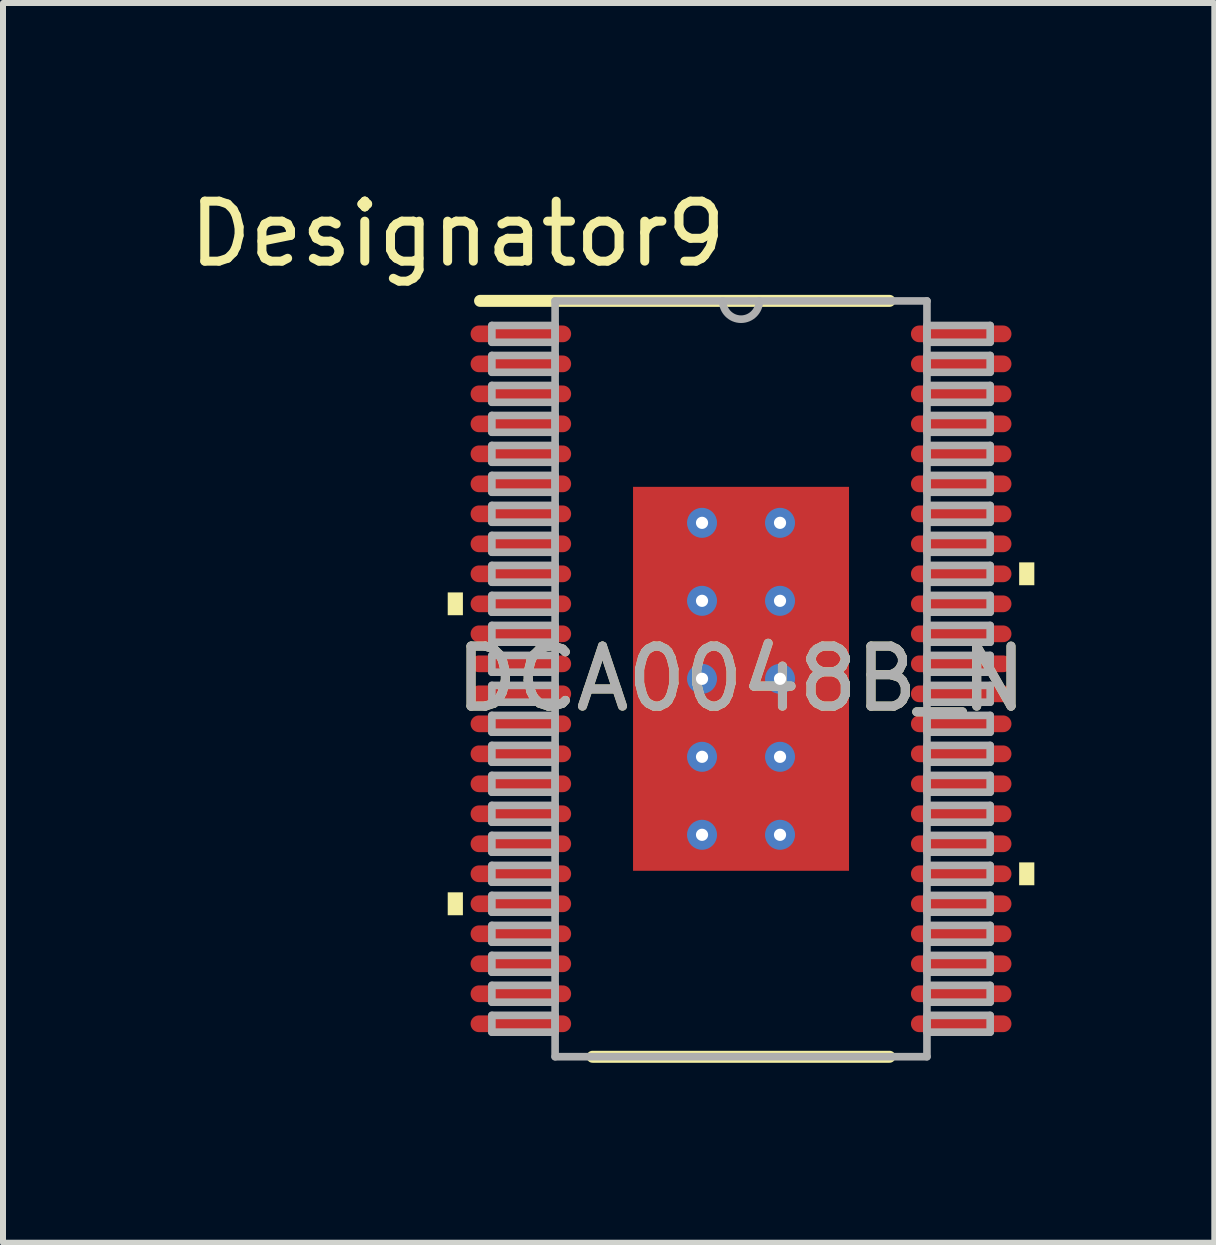
<source format=kicad_pcb>
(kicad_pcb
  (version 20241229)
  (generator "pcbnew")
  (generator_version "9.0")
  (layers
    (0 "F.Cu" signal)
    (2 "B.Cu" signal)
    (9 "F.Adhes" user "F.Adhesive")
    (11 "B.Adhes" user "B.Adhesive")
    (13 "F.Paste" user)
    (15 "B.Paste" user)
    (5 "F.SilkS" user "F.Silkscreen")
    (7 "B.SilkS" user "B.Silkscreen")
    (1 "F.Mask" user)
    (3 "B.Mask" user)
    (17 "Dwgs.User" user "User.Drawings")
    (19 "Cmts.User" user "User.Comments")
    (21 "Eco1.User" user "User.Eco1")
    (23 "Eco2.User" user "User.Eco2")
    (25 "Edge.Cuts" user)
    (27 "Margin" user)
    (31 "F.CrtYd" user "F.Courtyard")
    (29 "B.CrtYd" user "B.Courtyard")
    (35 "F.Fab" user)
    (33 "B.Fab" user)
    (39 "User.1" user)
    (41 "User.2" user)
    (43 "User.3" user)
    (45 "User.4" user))
  (footprint "DCA0048B_N"
    (layer "F.Cu")
    (at 9.302 8.265)
    (property "Reference" "DCA0048B_N" (at 0 0 0) (unlocked yes) (layer "F.SilkS") (effects (font (size 1 1) (thickness 0.15))))
    (attr smd)
    (fp_line (start -4.35 -6.3) (end 2.475 -6.3) (stroke (width 0.2) (type solid)) (layer "F.SilkS"))
    (fp_line (start -2.475 6.3) (end 2.475 6.3) (stroke (width 0.2) (type solid)) (layer "F.SilkS"))
    (fp_poly (pts (xy -4.636 -1.44) (xy -4.889 -1.44) (xy -4.889 -1.06) (xy -4.636 -1.06)) (stroke (width 0) (type solid)) (fill yes) (layer "F.SilkS"))
    (fp_poly (pts (xy -4.636 3.559) (xy -4.889 3.559) (xy -4.889 3.941) (xy -4.636 3.941)) (stroke (width 0) (type solid)) (fill yes) (layer "F.SilkS"))
    (fp_poly (pts (xy 4.636 -1.941) (xy 4.889 -1.941) (xy 4.889 -1.56) (xy 4.636 -1.56)) (stroke (width 0) (type solid)) (fill yes) (layer "F.SilkS"))
    (fp_poly (pts (xy 4.636 3.06) (xy 4.889 3.06) (xy 4.889 3.441) (xy 4.636 3.441)) (stroke (width 0) (type solid)) (fill yes) (layer "F.SilkS"))
    (fp_line (start -4.153 -5.89) (end -3.099 -5.89) (stroke (width 0.127) (type solid)) (layer "F.Fab"))
    (fp_line (start -4.153 -5.61) (end -4.153 -5.89) (stroke (width 0.127) (type solid)) (layer "F.Fab"))
    (fp_line (start -4.153 -5.61) (end -3.099 -5.61) (stroke (width 0.127) (type solid)) (layer "F.Fab"))
    (fp_line (start -4.153 -5.39) (end -3.099 -5.39) (stroke (width 0.127) (type solid)) (layer "F.Fab"))
    (fp_line (start -4.153 -5.11) (end -4.153 -5.39) (stroke (width 0.127) (type solid)) (layer "F.Fab"))
    (fp_line (start -4.153 -5.11) (end -3.099 -5.11) (stroke (width 0.127) (type solid)) (layer "F.Fab"))
    (fp_line (start -4.153 -4.89) (end -3.099 -4.89) (stroke (width 0.127) (type solid)) (layer "F.Fab"))
    (fp_line (start -4.153 -4.61) (end -4.153 -4.89) (stroke (width 0.127) (type solid)) (layer "F.Fab"))
    (fp_line (start -4.153 -4.61) (end -3.099 -4.61) (stroke (width 0.127) (type solid)) (layer "F.Fab"))
    (fp_line (start -4.153 -4.39) (end -3.099 -4.39) (stroke (width 0.127) (type solid)) (layer "F.Fab"))
    (fp_line (start -4.153 -4.11) (end -4.153 -4.39) (stroke (width 0.127) (type solid)) (layer "F.Fab"))
    (fp_line (start -4.153 -4.11) (end -3.099 -4.11) (stroke (width 0.127) (type solid)) (layer "F.Fab"))
    (fp_line (start -4.153 -3.89) (end -3.099 -3.89) (stroke (width 0.127) (type solid)) (layer "F.Fab"))
    (fp_line (start -4.153 -3.61) (end -4.153 -3.89) (stroke (width 0.127) (type solid)) (layer "F.Fab"))
    (fp_line (start -4.153 -3.61) (end -3.099 -3.61) (stroke (width 0.127) (type solid)) (layer "F.Fab"))
    (fp_line (start -4.153 -3.39) (end -3.099 -3.39) (stroke (width 0.127) (type solid)) (layer "F.Fab"))
    (fp_line (start -4.153 -3.11) (end -4.153 -3.39) (stroke (width 0.127) (type solid)) (layer "F.Fab"))
    (fp_line (start -4.153 -3.11) (end -3.099 -3.11) (stroke (width 0.127) (type solid)) (layer "F.Fab"))
    (fp_line (start -4.153 -2.89) (end -3.099 -2.89) (stroke (width 0.127) (type solid)) (layer "F.Fab"))
    (fp_line (start -4.153 -2.61) (end -4.153 -2.89) (stroke (width 0.127) (type solid)) (layer "F.Fab"))
    (fp_line (start -4.153 -2.61) (end -3.099 -2.61) (stroke (width 0.127) (type solid)) (layer "F.Fab"))
    (fp_line (start -4.153 -2.39) (end -3.099 -2.39) (stroke (width 0.127) (type solid)) (layer "F.Fab"))
    (fp_line (start -4.153 -2.11) (end -4.153 -2.39) (stroke (width 0.127) (type solid)) (layer "F.Fab"))
    (fp_line (start -4.153 -2.11) (end -3.099 -2.11) (stroke (width 0.127) (type solid)) (layer "F.Fab"))
    (fp_line (start -4.153 -1.89) (end -3.099 -1.89) (stroke (width 0.127) (type solid)) (layer "F.Fab"))
    (fp_line (start -4.153 -1.61) (end -4.153 -1.89) (stroke (width 0.127) (type solid)) (layer "F.Fab"))
    (fp_line (start -4.153 -1.61) (end -3.099 -1.61) (stroke (width 0.127) (type solid)) (layer "F.Fab"))
    (fp_line (start -4.153 -1.39) (end -3.099 -1.39) (stroke (width 0.127) (type solid)) (layer "F.Fab"))
    (fp_line (start -4.153 -1.11) (end -4.153 -1.39) (stroke (width 0.127) (type solid)) (layer "F.Fab"))
    (fp_line (start -4.153 -1.11) (end -3.099 -1.11) (stroke (width 0.127) (type solid)) (layer "F.Fab"))
    (fp_line (start -4.153 -0.89) (end -3.099 -0.89) (stroke (width 0.127) (type solid)) (layer "F.Fab"))
    (fp_line (start -4.153 -0.61) (end -4.153 -0.89) (stroke (width 0.127) (type solid)) (layer "F.Fab"))
    (fp_line (start -4.153 -0.61) (end -3.099 -0.61) (stroke (width 0.127) (type solid)) (layer "F.Fab"))
    (fp_line (start -4.153 -0.39) (end -3.099 -0.39) (stroke (width 0.127) (type solid)) (layer "F.Fab"))
    (fp_line (start -4.153 -0.11) (end -4.153 -0.39) (stroke (width 0.127) (type solid)) (layer "F.Fab"))
    (fp_line (start -4.153 -0.11) (end -3.099 -0.11) (stroke (width 0.127) (type solid)) (layer "F.Fab"))
    (fp_line (start -4.153 0.11) (end -3.099 0.11) (stroke (width 0.127) (type solid)) (layer "F.Fab"))
    (fp_line (start -4.153 0.39) (end -4.153 0.11) (stroke (width 0.127) (type solid)) (layer "F.Fab"))
    (fp_line (start -4.153 0.39) (end -3.099 0.39) (stroke (width 0.127) (type solid)) (layer "F.Fab"))
    (fp_line (start -4.153 0.61) (end -3.099 0.61) (stroke (width 0.127) (type solid)) (layer "F.Fab"))
    (fp_line (start -4.153 0.89) (end -4.153 0.61) (stroke (width 0.127) (type solid)) (layer "F.Fab"))
    (fp_line (start -4.153 0.89) (end -3.099 0.89) (stroke (width 0.127) (type solid)) (layer "F.Fab"))
    (fp_line (start -4.153 1.11) (end -3.099 1.11) (stroke (width 0.127) (type solid)) (layer "F.Fab"))
    (fp_line (start -4.153 1.39) (end -4.153 1.11) (stroke (width 0.127) (type solid)) (layer "F.Fab"))
    (fp_line (start -4.153 1.39) (end -3.099 1.39) (stroke (width 0.127) (type solid)) (layer "F.Fab"))
    (fp_line (start -4.153 1.61) (end -3.099 1.61) (stroke (width 0.127) (type solid)) (layer "F.Fab"))
    (fp_line (start -4.153 1.89) (end -4.153 1.61) (stroke (width 0.127) (type solid)) (layer "F.Fab"))
    (fp_line (start -4.153 1.89) (end -3.099 1.89) (stroke (width 0.127) (type solid)) (layer "F.Fab"))
    (fp_line (start -4.153 2.11) (end -3.099 2.11) (stroke (width 0.127) (type solid)) (layer "F.Fab"))
    (fp_line (start -4.153 2.39) (end -4.153 2.11) (stroke (width 0.127) (type solid)) (layer "F.Fab"))
    (fp_line (start -4.153 2.39) (end -3.099 2.39) (stroke (width 0.127) (type solid)) (layer "F.Fab"))
    (fp_line (start -4.153 2.61) (end -3.099 2.61) (stroke (width 0.127) (type solid)) (layer "F.Fab"))
    (fp_line (start -4.153 2.89) (end -4.153 2.61) (stroke (width 0.127) (type solid)) (layer "F.Fab"))
    (fp_line (start -4.153 2.89) (end -3.099 2.89) (stroke (width 0.127) (type solid)) (layer "F.Fab"))
    (fp_line (start -4.153 3.11) (end -3.099 3.11) (stroke (width 0.127) (type solid)) (layer "F.Fab"))
    (fp_line (start -4.153 3.39) (end -4.153 3.11) (stroke (width 0.127) (type solid)) (layer "F.Fab"))
    (fp_line (start -4.153 3.39) (end -3.099 3.39) (stroke (width 0.127) (type solid)) (layer "F.Fab"))
    (fp_line (start -4.153 3.61) (end -3.099 3.61) (stroke (width 0.127) (type solid)) (layer "F.Fab"))
    (fp_line (start -4.153 3.89) (end -4.153 3.61) (stroke (width 0.127) (type solid)) (layer "F.Fab"))
    (fp_line (start -4.153 3.89) (end -3.099 3.89) (stroke (width 0.127) (type solid)) (layer "F.Fab"))
    (fp_line (start -4.153 4.11) (end -3.099 4.11) (stroke (width 0.127) (type solid)) (layer "F.Fab"))
    (fp_line (start -4.153 4.39) (end -4.153 4.11) (stroke (width 0.127) (type solid)) (layer "F.Fab"))
    (fp_line (start -4.153 4.39) (end -3.099 4.39) (stroke (width 0.127) (type solid)) (layer "F.Fab"))
    (fp_line (start -4.153 4.61) (end -3.099 4.61) (stroke (width 0.127) (type solid)) (layer "F.Fab"))
    (fp_line (start -4.153 4.89) (end -4.153 4.61) (stroke (width 0.127) (type solid)) (layer "F.Fab"))
    (fp_line (start -4.153 4.89) (end -3.099 4.89) (stroke (width 0.127) (type solid)) (layer "F.Fab"))
    (fp_line (start -4.153 5.11) (end -3.099 5.11) (stroke (width 0.127) (type solid)) (layer "F.Fab"))
    (fp_line (start -4.153 5.39) (end -4.153 5.11) (stroke (width 0.127) (type solid)) (layer "F.Fab"))
    (fp_line (start -4.153 5.39) (end -3.099 5.39) (stroke (width 0.127) (type solid)) (layer "F.Fab"))
    (fp_line (start -4.153 5.61) (end -3.099 5.61) (stroke (width 0.127) (type solid)) (layer "F.Fab"))
    (fp_line (start -4.153 5.89) (end -4.153 5.61) (stroke (width 0.127) (type solid)) (layer "F.Fab"))
    (fp_line (start -4.153 5.89) (end -3.099 5.89) (stroke (width 0.127) (type solid)) (layer "F.Fab"))
    (fp_line (start -3.099 -6.299) (end 3.099 -6.299) (stroke (width 0.127) (type solid)) (layer "F.Fab"))
    (fp_line (start -3.099 -5.61) (end -3.099 -5.89) (stroke (width 0.127) (type solid)) (layer "F.Fab"))
    (fp_line (start -3.099 -5.11) (end -3.099 -5.39) (stroke (width 0.127) (type solid)) (layer "F.Fab"))
    (fp_line (start -3.099 -4.61) (end -3.099 -4.89) (stroke (width 0.127) (type solid)) (layer "F.Fab"))
    (fp_line (start -3.099 -4.11) (end -3.099 -4.39) (stroke (width 0.127) (type solid)) (layer "F.Fab"))
    (fp_line (start -3.099 -3.61) (end -3.099 -3.89) (stroke (width 0.127) (type solid)) (layer "F.Fab"))
    (fp_line (start -3.099 -3.11) (end -3.099 -3.39) (stroke (width 0.127) (type solid)) (layer "F.Fab"))
    (fp_line (start -3.099 -2.61) (end -3.099 -2.89) (stroke (width 0.127) (type solid)) (layer "F.Fab"))
    (fp_line (start -3.099 -2.11) (end -3.099 -2.39) (stroke (width 0.127) (type solid)) (layer "F.Fab"))
    (fp_line (start -3.099 -1.61) (end -3.099 -1.89) (stroke (width 0.127) (type solid)) (layer "F.Fab"))
    (fp_line (start -3.099 -1.11) (end -3.099 -1.39) (stroke (width 0.127) (type solid)) (layer "F.Fab"))
    (fp_line (start -3.099 -0.61) (end -3.099 -0.89) (stroke (width 0.127) (type solid)) (layer "F.Fab"))
    (fp_line (start -3.099 -0.11) (end -3.099 -0.39) (stroke (width 0.127) (type solid)) (layer "F.Fab"))
    (fp_line (start -3.099 0.39) (end -3.099 0.11) (stroke (width 0.127) (type solid)) (layer "F.Fab"))
    (fp_line (start -3.099 0.89) (end -3.099 0.61) (stroke (width 0.127) (type solid)) (layer "F.Fab"))
    (fp_line (start -3.099 1.39) (end -3.099 1.11) (stroke (width 0.127) (type solid)) (layer "F.Fab"))
    (fp_line (start -3.099 1.89) (end -3.099 1.61) (stroke (width 0.127) (type solid)) (layer "F.Fab"))
    (fp_line (start -3.099 2.39) (end -3.099 2.11) (stroke (width 0.127) (type solid)) (layer "F.Fab"))
    (fp_line (start -3.099 2.89) (end -3.099 2.61) (stroke (width 0.127) (type solid)) (layer "F.Fab"))
    (fp_line (start -3.099 3.39) (end -3.099 3.11) (stroke (width 0.127) (type solid)) (layer "F.Fab"))
    (fp_line (start -3.099 3.89) (end -3.099 3.61) (stroke (width 0.127) (type solid)) (layer "F.Fab"))
    (fp_line (start -3.099 4.39) (end -3.099 4.11) (stroke (width 0.127) (type solid)) (layer "F.Fab"))
    (fp_line (start -3.099 4.89) (end -3.099 4.61) (stroke (width 0.127) (type solid)) (layer "F.Fab"))
    (fp_line (start -3.099 5.39) (end -3.099 5.11) (stroke (width 0.127) (type solid)) (layer "F.Fab"))
    (fp_line (start -3.099 5.89) (end -3.099 5.61) (stroke (width 0.127) (type solid)) (layer "F.Fab"))
    (fp_line (start -3.099 6.299) (end -3.099 -6.299) (stroke (width 0.127) (type solid)) (layer "F.Fab"))
    (fp_line (start -3.099 6.299) (end 3.099 6.299) (stroke (width 0.127) (type solid)) (layer "F.Fab"))
    (fp_line (start 3.099 -5.89) (end 4.153 -5.89) (stroke (width 0.127) (type solid)) (layer "F.Fab"))
    (fp_line (start 3.099 -5.61) (end 3.099 -5.89) (stroke (width 0.127) (type solid)) (layer "F.Fab"))
    (fp_line (start 3.099 -5.61) (end 4.153 -5.61) (stroke (width 0.127) (type solid)) (layer "F.Fab"))
    (fp_line (start 3.099 -5.39) (end 4.153 -5.39) (stroke (width 0.127) (type solid)) (layer "F.Fab"))
    (fp_line (start 3.099 -5.11) (end 3.099 -5.39) (stroke (width 0.127) (type solid)) (layer "F.Fab"))
    (fp_line (start 3.099 -5.11) (end 4.153 -5.11) (stroke (width 0.127) (type solid)) (layer "F.Fab"))
    (fp_line (start 3.099 -4.89) (end 4.153 -4.89) (stroke (width 0.127) (type solid)) (layer "F.Fab"))
    (fp_line (start 3.099 -4.61) (end 3.099 -4.89) (stroke (width 0.127) (type solid)) (layer "F.Fab"))
    (fp_line (start 3.099 -4.61) (end 4.153 -4.61) (stroke (width 0.127) (type solid)) (layer "F.Fab"))
    (fp_line (start 3.099 -4.39) (end 4.153 -4.39) (stroke (width 0.127) (type solid)) (layer "F.Fab"))
    (fp_line (start 3.099 -4.11) (end 3.099 -4.39) (stroke (width 0.127) (type solid)) (layer "F.Fab"))
    (fp_line (start 3.099 -4.11) (end 4.153 -4.11) (stroke (width 0.127) (type solid)) (layer "F.Fab"))
    (fp_line (start 3.099 -3.89) (end 4.153 -3.89) (stroke (width 0.127) (type solid)) (layer "F.Fab"))
    (fp_line (start 3.099 -3.61) (end 3.099 -3.89) (stroke (width 0.127) (type solid)) (layer "F.Fab"))
    (fp_line (start 3.099 -3.61) (end 4.153 -3.61) (stroke (width 0.127) (type solid)) (layer "F.Fab"))
    (fp_line (start 3.099 -3.39) (end 4.153 -3.39) (stroke (width 0.127) (type solid)) (layer "F.Fab"))
    (fp_line (start 3.099 -3.11) (end 3.099 -3.39) (stroke (width 0.127) (type solid)) (layer "F.Fab"))
    (fp_line (start 3.099 -3.11) (end 4.153 -3.11) (stroke (width 0.127) (type solid)) (layer "F.Fab"))
    (fp_line (start 3.099 -2.89) (end 4.153 -2.89) (stroke (width 0.127) (type solid)) (layer "F.Fab"))
    (fp_line (start 3.099 -2.61) (end 3.099 -2.89) (stroke (width 0.127) (type solid)) (layer "F.Fab"))
    (fp_line (start 3.099 -2.61) (end 4.153 -2.61) (stroke (width 0.127) (type solid)) (layer "F.Fab"))
    (fp_line (start 3.099 -2.39) (end 4.153 -2.39) (stroke (width 0.127) (type solid)) (layer "F.Fab"))
    (fp_line (start 3.099 -2.11) (end 3.099 -2.39) (stroke (width 0.127) (type solid)) (layer "F.Fab"))
    (fp_line (start 3.099 -2.11) (end 4.153 -2.11) (stroke (width 0.127) (type solid)) (layer "F.Fab"))
    (fp_line (start 3.099 -1.89) (end 4.153 -1.89) (stroke (width 0.127) (type solid)) (layer "F.Fab"))
    (fp_line (start 3.099 -1.61) (end 3.099 -1.89) (stroke (width 0.127) (type solid)) (layer "F.Fab"))
    (fp_line (start 3.099 -1.61) (end 4.153 -1.61) (stroke (width 0.127) (type solid)) (layer "F.Fab"))
    (fp_line (start 3.099 -1.39) (end 4.153 -1.39) (stroke (width 0.127) (type solid)) (layer "F.Fab"))
    (fp_line (start 3.099 -1.11) (end 3.099 -1.39) (stroke (width 0.127) (type solid)) (layer "F.Fab"))
    (fp_line (start 3.099 -1.11) (end 4.153 -1.11) (stroke (width 0.127) (type solid)) (layer "F.Fab"))
    (fp_line (start 3.099 -0.89) (end 4.153 -0.89) (stroke (width 0.127) (type solid)) (layer "F.Fab"))
    (fp_line (start 3.099 -0.61) (end 3.099 -0.89) (stroke (width 0.127) (type solid)) (layer "F.Fab"))
    (fp_line (start 3.099 -0.61) (end 4.153 -0.61) (stroke (width 0.127) (type solid)) (layer "F.Fab"))
    (fp_line (start 3.099 -0.39) (end 4.153 -0.39) (stroke (width 0.127) (type solid)) (layer "F.Fab"))
    (fp_line (start 3.099 -0.11) (end 3.099 -0.39) (stroke (width 0.127) (type solid)) (layer "F.Fab"))
    (fp_line (start 3.099 -0.11) (end 4.153 -0.11) (stroke (width 0.127) (type solid)) (layer "F.Fab"))
    (fp_line (start 3.099 0.11) (end 4.153 0.11) (stroke (width 0.127) (type solid)) (layer "F.Fab"))
    (fp_line (start 3.099 0.39) (end 3.099 0.11) (stroke (width 0.127) (type solid)) (layer "F.Fab"))
    (fp_line (start 3.099 0.39) (end 4.153 0.39) (stroke (width 0.127) (type solid)) (layer "F.Fab"))
    (fp_line (start 3.099 0.61) (end 4.153 0.61) (stroke (width 0.127) (type solid)) (layer "F.Fab"))
    (fp_line (start 3.099 0.89) (end 3.099 0.61) (stroke (width 0.127) (type solid)) (layer "F.Fab"))
    (fp_line (start 3.099 0.89) (end 4.153 0.89) (stroke (width 0.127) (type solid)) (layer "F.Fab"))
    (fp_line (start 3.099 1.11) (end 4.153 1.11) (stroke (width 0.127) (type solid)) (layer "F.Fab"))
    (fp_line (start 3.099 1.39) (end 3.099 1.11) (stroke (width 0.127) (type solid)) (layer "F.Fab"))
    (fp_line (start 3.099 1.39) (end 4.153 1.39) (stroke (width 0.127) (type solid)) (layer "F.Fab"))
    (fp_line (start 3.099 1.61) (end 4.153 1.61) (stroke (width 0.127) (type solid)) (layer "F.Fab"))
    (fp_line (start 3.099 1.89) (end 3.099 1.61) (stroke (width 0.127) (type solid)) (layer "F.Fab"))
    (fp_line (start 3.099 1.89) (end 4.153 1.89) (stroke (width 0.127) (type solid)) (layer "F.Fab"))
    (fp_line (start 3.099 2.11) (end 4.153 2.11) (stroke (width 0.127) (type solid)) (layer "F.Fab"))
    (fp_line (start 3.099 2.39) (end 3.099 2.11) (stroke (width 0.127) (type solid)) (layer "F.Fab"))
    (fp_line (start 3.099 2.39) (end 4.153 2.39) (stroke (width 0.127) (type solid)) (layer "F.Fab"))
    (fp_line (start 3.099 2.61) (end 4.153 2.61) (stroke (width 0.127) (type solid)) (layer "F.Fab"))
    (fp_line (start 3.099 2.89) (end 3.099 2.61) (stroke (width 0.127) (type solid)) (layer "F.Fab"))
    (fp_line (start 3.099 2.89) (end 4.153 2.89) (stroke (width 0.127) (type solid)) (layer "F.Fab"))
    (fp_line (start 3.099 3.11) (end 4.153 3.11) (stroke (width 0.127) (type solid)) (layer "F.Fab"))
    (fp_line (start 3.099 3.39) (end 3.099 3.11) (stroke (width 0.127) (type solid)) (layer "F.Fab"))
    (fp_line (start 3.099 3.39) (end 4.153 3.39) (stroke (width 0.127) (type solid)) (layer "F.Fab"))
    (fp_line (start 3.099 3.61) (end 4.153 3.61) (stroke (width 0.127) (type solid)) (layer "F.Fab"))
    (fp_line (start 3.099 3.89) (end 3.099 3.61) (stroke (width 0.127) (type solid)) (layer "F.Fab"))
    (fp_line (start 3.099 3.89) (end 4.153 3.89) (stroke (width 0.127) (type solid)) (layer "F.Fab"))
    (fp_line (start 3.099 4.11) (end 4.153 4.11) (stroke (width 0.127) (type solid)) (layer "F.Fab"))
    (fp_line (start 3.099 4.39) (end 3.099 4.11) (stroke (width 0.127) (type solid)) (layer "F.Fab"))
    (fp_line (start 3.099 4.39) (end 4.153 4.39) (stroke (width 0.127) (type solid)) (layer "F.Fab"))
    (fp_line (start 3.099 4.61) (end 4.153 4.61) (stroke (width 0.127) (type solid)) (layer "F.Fab"))
    (fp_line (start 3.099 4.89) (end 3.099 4.61) (stroke (width 0.127) (type solid)) (layer "F.Fab"))
    (fp_line (start 3.099 4.89) (end 4.153 4.89) (stroke (width 0.127) (type solid)) (layer "F.Fab"))
    (fp_line (start 3.099 5.11) (end 4.153 5.11) (stroke (width 0.127) (type solid)) (layer "F.Fab"))
    (fp_line (start 3.099 5.39) (end 3.099 5.11) (stroke (width 0.127) (type solid)) (layer "F.Fab"))
    (fp_line (start 3.099 5.39) (end 4.153 5.39) (stroke (width 0.127) (type solid)) (layer "F.Fab"))
    (fp_line (start 3.099 5.61) (end 4.153 5.61) (stroke (width 0.127) (type solid)) (layer "F.Fab"))
    (fp_line (start 3.099 5.89) (end 3.099 5.61) (stroke (width 0.127) (type solid)) (layer "F.Fab"))
    (fp_line (start 3.099 5.89) (end 4.153 5.89) (stroke (width 0.127) (type solid)) (layer "F.Fab"))
    (fp_line (start 3.099 6.299) (end 3.099 -6.299) (stroke (width 0.127) (type solid)) (layer "F.Fab"))
    (fp_line (start 4.153 -5.61) (end 4.153 -5.89) (stroke (width 0.127) (type solid)) (layer "F.Fab"))
    (fp_line (start 4.153 -5.11) (end 4.153 -5.39) (stroke (width 0.127) (type solid)) (layer "F.Fab"))
    (fp_line (start 4.153 -4.61) (end 4.153 -4.89) (stroke (width 0.127) (type solid)) (layer "F.Fab"))
    (fp_line (start 4.153 -4.11) (end 4.153 -4.39) (stroke (width 0.127) (type solid)) (layer "F.Fab"))
    (fp_line (start 4.153 -3.61) (end 4.153 -3.89) (stroke (width 0.127) (type solid)) (layer "F.Fab"))
    (fp_line (start 4.153 -3.11) (end 4.153 -3.39) (stroke (width 0.127) (type solid)) (layer "F.Fab"))
    (fp_line (start 4.153 -2.61) (end 4.153 -2.89) (stroke (width 0.127) (type solid)) (layer "F.Fab"))
    (fp_line (start 4.153 -2.11) (end 4.153 -2.39) (stroke (width 0.127) (type solid)) (layer "F.Fab"))
    (fp_line (start 4.153 -1.61) (end 4.153 -1.89) (stroke (width 0.127) (type solid)) (layer "F.Fab"))
    (fp_line (start 4.153 -1.11) (end 4.153 -1.39) (stroke (width 0.127) (type solid)) (layer "F.Fab"))
    (fp_line (start 4.153 -0.61) (end 4.153 -0.89) (stroke (width 0.127) (type solid)) (layer "F.Fab"))
    (fp_line (start 4.153 -0.11) (end 4.153 -0.39) (stroke (width 0.127) (type solid)) (layer "F.Fab"))
    (fp_line (start 4.153 0.39) (end 4.153 0.11) (stroke (width 0.127) (type solid)) (layer "F.Fab"))
    (fp_line (start 4.153 0.89) (end 4.153 0.61) (stroke (width 0.127) (type solid)) (layer "F.Fab"))
    (fp_line (start 4.153 1.39) (end 4.153 1.11) (stroke (width 0.127) (type solid)) (layer "F.Fab"))
    (fp_line (start 4.153 1.89) (end 4.153 1.61) (stroke (width 0.127) (type solid)) (layer "F.Fab"))
    (fp_line (start 4.153 2.39) (end 4.153 2.11) (stroke (width 0.127) (type solid)) (layer "F.Fab"))
    (fp_line (start 4.153 2.89) (end 4.153 2.61) (stroke (width 0.127) (type solid)) (layer "F.Fab"))
    (fp_line (start 4.153 3.39) (end 4.153 3.11) (stroke (width 0.127) (type solid)) (layer "F.Fab"))
    (fp_line (start 4.153 3.89) (end 4.153 3.61) (stroke (width 0.127) (type solid)) (layer "F.Fab"))
    (fp_line (start 4.153 4.39) (end 4.153 4.11) (stroke (width 0.127) (type solid)) (layer "F.Fab"))
    (fp_line (start 4.153 4.89) (end 4.153 4.61) (stroke (width 0.127) (type solid)) (layer "F.Fab"))
    (fp_line (start 4.153 5.39) (end 4.153 5.11) (stroke (width 0.127) (type solid)) (layer "F.Fab"))
    (fp_line (start 4.153 5.89) (end 4.153 5.61) (stroke (width 0.127) (type solid)) (layer "F.Fab"))
    (fp_arc (start 0.3048 -6.2992) (mid 0 -5.9944) (end -0.3048 -6.2992) (stroke (width 0.127) (type solid)) (layer "F.Fab"))
    (fp_text user "Designator9" (at -4.724 -7.417 0) (unlocked yes) (layer "F.SilkS") (effects (font (size 1 1) (thickness 0.15))))
    (fp_text user "${REFERENCE}" (at 0 0 0) (unlocked yes) (layer "F.Fab") (effects (font (size 1 1) (thickness 0.15))))
    (pad "1" smd oval (at -3.67 -5.75) (size 1.676 0.279) (layers "F.Cu" "F.Mask" "F.Paste"))
    (pad "2" smd oval (at -3.67 -5.25) (size 1.676 0.279) (layers "F.Cu" "F.Mask" "F.Paste"))
    (pad "3" smd oval (at -3.67 -4.75) (size 1.676 0.279) (layers "F.Cu" "F.Mask" "F.Paste"))
    (pad "4" smd oval (at -3.67 -4.25) (size 1.676 0.279) (layers "F.Cu" "F.Mask" "F.Paste"))
    (pad "5" smd oval (at -3.67 -3.75) (size 1.676 0.279) (layers "F.Cu" "F.Mask" "F.Paste"))
    (pad "6" smd oval (at -3.67 -3.25) (size 1.676 0.279) (layers "F.Cu" "F.Mask" "F.Paste"))
    (pad "7" smd oval (at -3.67 -2.75) (size 1.676 0.279) (layers "F.Cu" "F.Mask" "F.Paste"))
    (pad "8" smd oval (at -3.67 -2.25) (size 1.676 0.279) (layers "F.Cu" "F.Mask" "F.Paste"))
    (pad "9" smd oval (at -3.67 -1.75) (size 1.676 0.279) (layers "F.Cu" "F.Mask" "F.Paste"))
    (pad "10" smd oval (at -3.67 -1.25) (size 1.676 0.279) (layers "F.Cu" "F.Mask" "F.Paste"))
    (pad "11" smd oval (at -3.67 -0.75) (size 1.676 0.279) (layers "F.Cu" "F.Mask" "F.Paste"))
    (pad "12" smd oval (at -3.67 -0.25) (size 1.676 0.279) (layers "F.Cu" "F.Mask" "F.Paste"))
    (pad "13" smd oval (at -3.67 0.25) (size 1.676 0.279) (layers "F.Cu" "F.Mask" "F.Paste"))
    (pad "14" smd oval (at -3.67 0.75) (size 1.676 0.279) (layers "F.Cu" "F.Mask" "F.Paste"))
    (pad "15" smd oval (at -3.67 1.25) (size 1.676 0.279) (layers "F.Cu" "F.Mask" "F.Paste"))
    (pad "16" smd oval (at -3.67 1.75) (size 1.676 0.279) (layers "F.Cu" "F.Mask" "F.Paste"))
    (pad "17" smd oval (at -3.67 2.25) (size 1.676 0.279) (layers "F.Cu" "F.Mask" "F.Paste"))
    (pad "18" smd oval (at -3.67 2.75) (size 1.676 0.279) (layers "F.Cu" "F.Mask" "F.Paste"))
    (pad "19" smd oval (at -3.67 3.25) (size 1.676 0.279) (layers "F.Cu" "F.Mask" "F.Paste"))
    (pad "20" smd oval (at -3.67 3.75) (size 1.676 0.279) (layers "F.Cu" "F.Mask" "F.Paste"))
    (pad "21" smd oval (at -3.67 4.25) (size 1.676 0.279) (layers "F.Cu" "F.Mask" "F.Paste"))
    (pad "22" smd oval (at -3.67 4.75) (size 1.676 0.279) (layers "F.Cu" "F.Mask" "F.Paste"))
    (pad "23" smd oval (at -3.67 5.25) (size 1.676 0.279) (layers "F.Cu" "F.Mask" "F.Paste"))
    (pad "24" smd oval (at -3.67 5.75) (size 1.676 0.279) (layers "F.Cu" "F.Mask" "F.Paste"))
    (pad "25" smd oval (at 3.67 5.75) (size 1.676 0.279) (layers "F.Cu" "F.Mask" "F.Paste"))
    (pad "26" smd oval (at 3.67 5.25) (size 1.676 0.279) (layers "F.Cu" "F.Mask" "F.Paste"))
    (pad "27" smd oval (at 3.67 4.75) (size 1.676 0.279) (layers "F.Cu" "F.Mask" "F.Paste"))
    (pad "28" smd oval (at 3.67 4.25) (size 1.676 0.279) (layers "F.Cu" "F.Mask" "F.Paste"))
    (pad "29" smd oval (at 3.67 3.75) (size 1.676 0.279) (layers "F.Cu" "F.Mask" "F.Paste"))
    (pad "30" smd oval (at 3.67 3.25) (size 1.676 0.279) (layers "F.Cu" "F.Mask" "F.Paste"))
    (pad "31" smd oval (at 3.67 2.75) (size 1.676 0.279) (layers "F.Cu" "F.Mask" "F.Paste"))
    (pad "32" smd oval (at 3.67 2.25) (size 1.676 0.279) (layers "F.Cu" "F.Mask" "F.Paste"))
    (pad "33" smd oval (at 3.67 1.75) (size 1.676 0.279) (layers "F.Cu" "F.Mask" "F.Paste"))
    (pad "34" smd oval (at 3.67 1.25) (size 1.676 0.279) (layers "F.Cu" "F.Mask" "F.Paste"))
    (pad "35" smd oval (at 3.67 0.75) (size 1.676 0.279) (layers "F.Cu" "F.Mask" "F.Paste"))
    (pad "36" smd oval (at 3.67 0.25) (size 1.676 0.279) (layers "F.Cu" "F.Mask" "F.Paste"))
    (pad "37" smd oval (at 3.67 -0.25) (size 1.676 0.279) (layers "F.Cu" "F.Mask" "F.Paste"))
    (pad "38" smd oval (at 3.67 -0.75) (size 1.676 0.279) (layers "F.Cu" "F.Mask" "F.Paste"))
    (pad "39" smd oval (at 3.67 -1.25) (size 1.676 0.279) (layers "F.Cu" "F.Mask" "F.Paste"))
    (pad "40" smd oval (at 3.67 -1.75) (size 1.676 0.279) (layers "F.Cu" "F.Mask" "F.Paste"))
    (pad "41" smd oval (at 3.67 -2.25) (size 1.676 0.279) (layers "F.Cu" "F.Mask" "F.Paste"))
    (pad "42" smd oval (at 3.67 -2.75) (size 1.676 0.279) (layers "F.Cu" "F.Mask" "F.Paste"))
    (pad "43" smd oval (at 3.67 -3.25) (size 1.676 0.279) (layers "F.Cu" "F.Mask" "F.Paste"))
    (pad "44" smd oval (at 3.67 -3.75) (size 1.676 0.279) (layers "F.Cu" "F.Mask" "F.Paste"))
    (pad "45" smd oval (at 3.67 -4.25) (size 1.676 0.279) (layers "F.Cu" "F.Mask" "F.Paste"))
    (pad "46" smd oval (at 3.67 -4.75) (size 1.676 0.279) (layers "F.Cu" "F.Mask" "F.Paste"))
    (pad "47" smd oval (at 3.67 -5.25) (size 1.676 0.279) (layers "F.Cu" "F.Mask" "F.Paste"))
    (pad "48" smd oval (at 3.67 -5.75) (size 1.676 0.279) (layers "F.Cu" "F.Mask" "F.Paste"))
    (pad "49" smd rect (at 0 0) (size 3.6 6.4) (layers "F.Cu" "F.Mask" "F.Paste"))
    (pad "V" thru_hole circle (at -0.65 -2.6) (size 0.5 0.5) (drill 0.203) (layers "*.Cu" "*.Mask"))
    (pad "V" thru_hole circle (at -0.65 -1.3) (size 0.5 0.5) (drill 0.203) (layers "*.Cu" "*.Mask"))
    (pad "V" thru_hole circle (at -0.65 0) (size 0.5 0.5) (drill 0.203) (layers "*.Cu" "*.Mask"))
    (pad "V" thru_hole circle (at -0.65 1.3) (size 0.5 0.5) (drill 0.203) (layers "*.Cu" "*.Mask"))
    (pad "V" thru_hole circle (at -0.65 2.6) (size 0.5 0.5) (drill 0.203) (layers "*.Cu" "*.Mask"))
    (pad "V" thru_hole circle (at 0.65 -2.6) (size 0.5 0.5) (drill 0.203) (layers "*.Cu" "*.Mask"))
    (pad "V" thru_hole circle (at 0.65 -1.3) (size 0.5 0.5) (drill 0.203) (layers "*.Cu" "*.Mask"))
    (pad "V" thru_hole circle (at 0.65 0) (size 0.5 0.5) (drill 0.203) (layers "*.Cu" "*.Mask"))
    (pad "V" thru_hole circle (at 0.65 1.3) (size 0.5 0.5) (drill 0.203) (layers "*.Cu" "*.Mask"))
    (pad "V" thru_hole circle (at 0.65 2.6) (size 0.5 0.5) (drill 0.203) (layers "*.Cu" "*.Mask")))
  (gr_rect
    (start -3 -3)
    (end 17.191 17.665)
    (stroke (width 0.1) (type default))
    (fill no)
    (layer "Edge.Cuts")))
</source>
